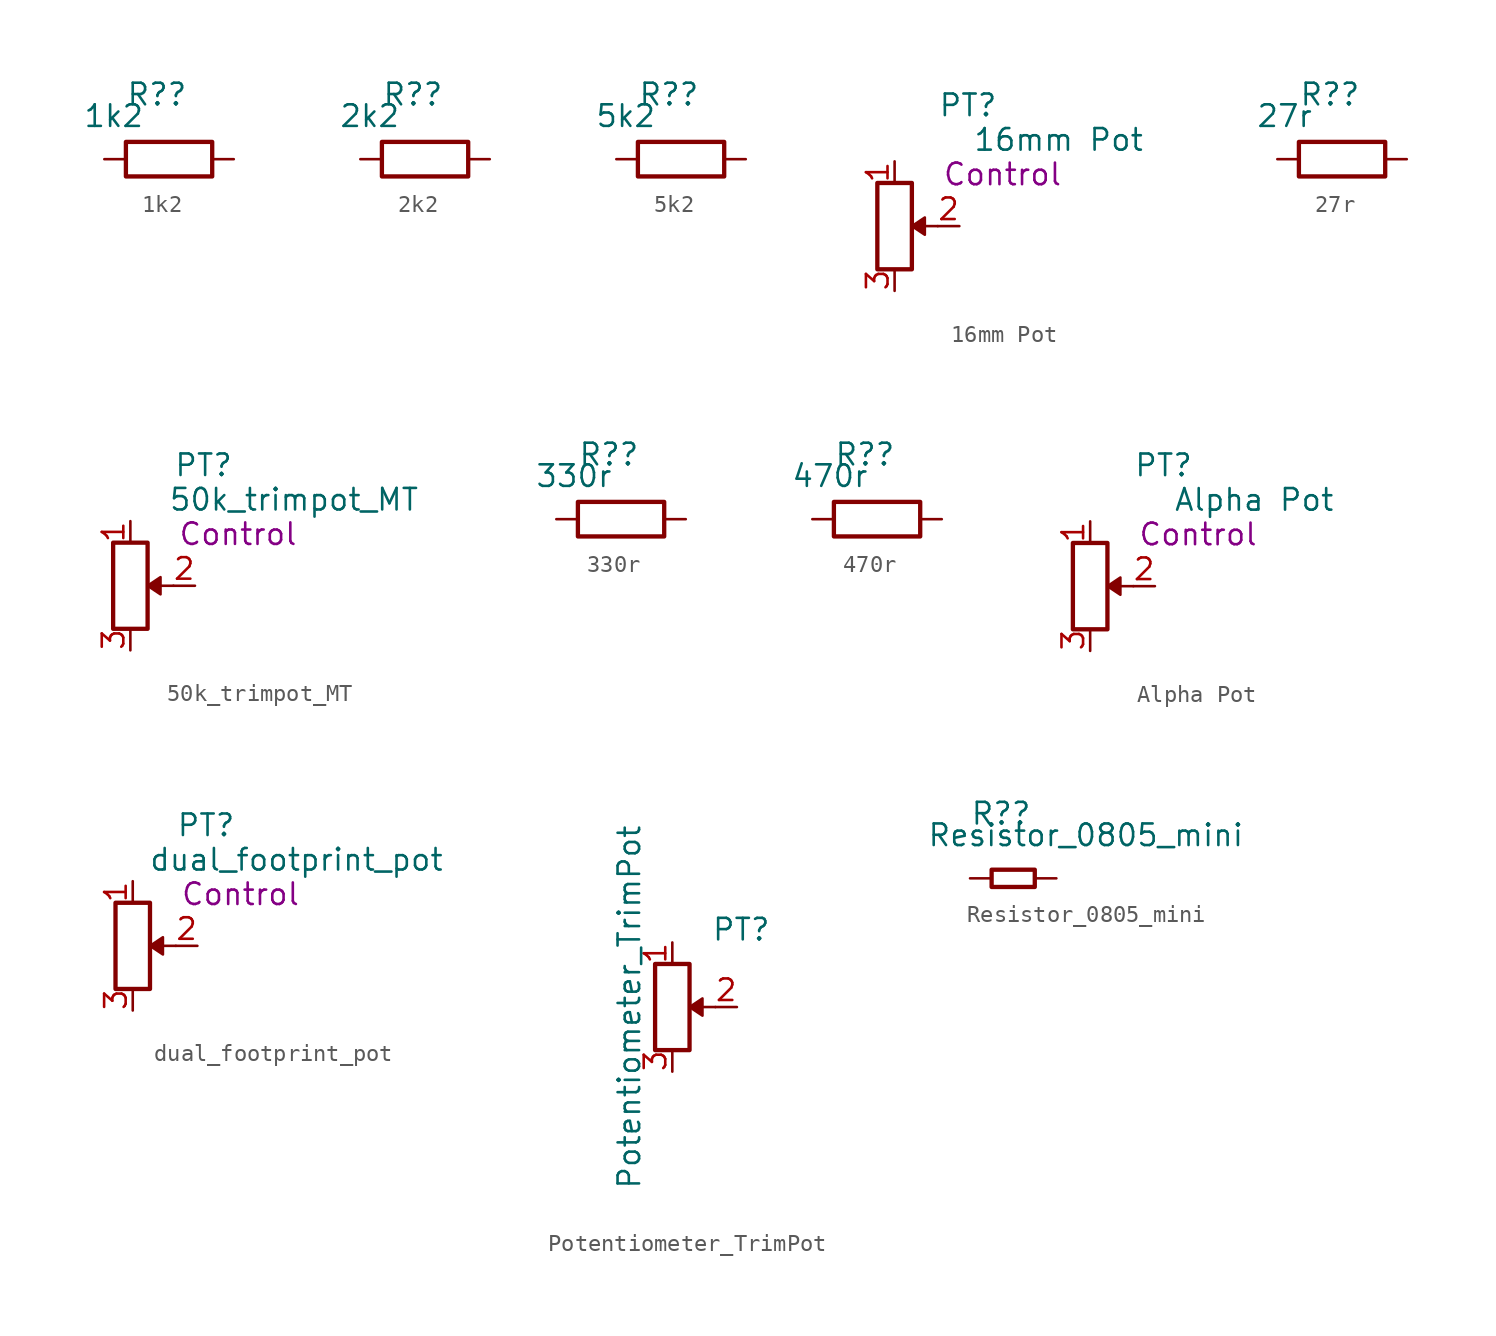
<source format=kicad_sym>
(kicad_symbol_lib
  (version 20220914)
  (generator kicad_symbol_editor)
  (symbol "1k2"
    (pin_numbers hide)
    (pin_names
      (offset 0))
    (property "Reference" "R?"
      (at -2.54 3.81 0)
      (effects (font (size 1.27 1.27)) (justify left)))
    (property "Value" "1k2"
      (at -5.08 2.54 0)
      (effects (font (size 1.27 1.27)) (justify left)))
    (symbol "1k2_0_1"
      (rectangle (start 2.54 -1.016) (end -2.54 1.016) (stroke (width 0.254) (type default)) (fill (type none))))
    (symbol "1k2_1_1"
      (pin passive line (at -3.81 0 0) (length 1.27) (name "~" (effects (font (size 1.27 1.27)))) (number "1" (effects (font (size 1.27 1.27)))))
      (pin passive line (at 3.81 0 180) (length 1.27) (name "~" (effects (font (size 1.27 1.27)))) (number "2" (effects (font (size 1.27 1.27)))))))
  (symbol "2k2"
    (pin_numbers hide)
    (pin_names
      (offset 0))
    (property "Reference" "R?"
      (at -2.54 3.81 0)
      (effects (font (size 1.27 1.27)) (justify left)))
    (property "Value" "2k2"
      (at -5.08 2.54 0)
      (effects (font (size 1.27 1.27)) (justify left)))
    (symbol "2k2_0_1"
      (rectangle (start 2.54 -1.016) (end -2.54 1.016) (stroke (width 0.254) (type default)) (fill (type none))))
    (symbol "2k2_1_1"
      (pin passive line (at -3.81 0 0) (length 1.27) (name "~" (effects (font (size 1.27 1.27)))) (number "1" (effects (font (size 1.27 1.27)))))
      (pin passive line (at 3.81 0 180) (length 1.27) (name "~" (effects (font (size 1.27 1.27)))) (number "2" (effects (font (size 1.27 1.27)))))))
  (symbol "5k2"
    (pin_numbers hide)
    (pin_names
      (offset 0))
    (property "Reference" "R?"
      (at -2.54 3.81 0)
      (effects (font (size 1.27 1.27)) (justify left)))
    (property "Value" "5k2"
      (at -5.08 2.54 0)
      (effects (font (size 1.27 1.27)) (justify left)))
    (symbol "5k2_0_1"
      (rectangle (start 2.54 -1.016) (end -2.54 1.016) (stroke (width 0.254) (type default)) (fill (type none))))
    (symbol "5k2_1_1"
      (pin passive line (at -3.81 0 0) (length 1.27) (name "~" (effects (font (size 1.27 1.27)))) (number "1" (effects (font (size 1.27 1.27)))))
      (pin passive line (at 3.81 0 180) (length 1.27) (name "~" (effects (font (size 1.27 1.27)))) (number "2" (effects (font (size 1.27 1.27)))))))
  (symbol "16mm Pot"
    (pin_names
      (offset 1.016) hide)
    (property "Reference" "PT"
      (at 4.318 7.112 0)
      (effects (font (size 1.27 1.27))))
    (property "Value" "16mm Pot"
      (at 9.652 5.08 0)
      (effects (font (size 1.27 1.27))))
    (property "NAME" "Control"
      (at 6.35 3.048 0)
      (effects (font (size 1.27 1.27))))
    (symbol "16mm Pot_0_1"
      (polyline (pts (xy 2.54 0) (xy 1.524 0)) (stroke (width 0) (type default)) (fill (type none)))
      (polyline (pts (xy 1.016 0) (xy 1.778 0.508) (xy 1.778 -0.508) (xy 1.016 0)) (stroke (width 0) (type default)) (fill (type outline)))
      (rectangle (start 1.016 2.54) (end -1.016 -2.54) (stroke (width 0.254) (type default)) (fill (type none))))
    (symbol "16mm Pot_1_1"
      (pin passive line (at 0 3.81 270) (length 1.27) (name "1" (effects (font (size 1.27 1.27)))) (number "1" (effects (font (size 1.27 1.27)))))
      (pin passive line (at 3.81 0 180) (length 1.27) (name "2" (effects (font (size 1.27 1.27)))) (number "2" (effects (font (size 1.27 1.27)))))
      (pin passive line (at 0 -3.81 90) (length 1.27) (name "3" (effects (font (size 1.27 1.27)))) (number "3" (effects (font (size 1.27 1.27)))))))
  (symbol "27r"
    (pin_numbers hide)
    (pin_names
      (offset 0))
    (property "Reference" "R?"
      (at -2.54 3.81 0)
      (effects (font (size 1.27 1.27)) (justify left)))
    (property "Value" "27r"
      (at -5.08 2.54 0)
      (effects (font (size 1.27 1.27)) (justify left)))
    (symbol "27r_0_1"
      (rectangle (start 2.54 -1.016) (end -2.54 1.016) (stroke (width 0.254) (type default)) (fill (type none))))
    (symbol "27r_1_1"
      (pin passive line (at -3.81 0 0) (length 1.27) (name "~" (effects (font (size 1.27 1.27)))) (number "1" (effects (font (size 1.27 1.27)))))
      (pin passive line (at 3.81 0 180) (length 1.27) (name "~" (effects (font (size 1.27 1.27)))) (number "2" (effects (font (size 1.27 1.27)))))))
  (symbol "50k_trimpot_MT"
    (pin_names
      (offset 1.016) hide)
    (property "Reference" "PT"
      (at 4.318 7.112 0)
      (effects (font (size 1.27 1.27))))
    (property "Value" "50k_trimpot_MT"
      (at 9.652 5.08 0)
      (effects (font (size 1.27 1.27))))
    (property "NAME" "Control"
      (at 6.35 3.048 0)
      (effects (font (size 1.27 1.27))))
    (symbol "50k_trimpot_MT_0_1"
      (polyline (pts (xy 2.54 0) (xy 1.524 0)) (stroke (width 0) (type default)) (fill (type none)))
      (polyline (pts (xy 1.016 0) (xy 1.778 0.508) (xy 1.778 -0.508) (xy 1.016 0)) (stroke (width 0) (type default)) (fill (type outline)))
      (rectangle (start 1.016 2.54) (end -1.016 -2.54) (stroke (width 0.254) (type default)) (fill (type none))))
    (symbol "50k_trimpot_MT_1_1"
      (pin passive line (at 0 3.81 270) (length 1.27) (name "1" (effects (font (size 1.27 1.27)))) (number "1" (effects (font (size 1.27 1.27)))))
      (pin passive line (at 3.81 0 180) (length 1.27) (name "2" (effects (font (size 1.27 1.27)))) (number "2" (effects (font (size 1.27 1.27)))))
      (pin passive line (at 0 -3.81 90) (length 1.27) (name "3" (effects (font (size 1.27 1.27)))) (number "3" (effects (font (size 1.27 1.27)))))))
  (symbol "330r"
    (pin_numbers hide)
    (pin_names
      (offset 0))
    (property "Reference" "R?"
      (at -2.54 3.81 0)
      (effects (font (size 1.27 1.27)) (justify left)))
    (property "Value" "330r"
      (at -5.08 2.54 0)
      (effects (font (size 1.27 1.27)) (justify left)))
    (symbol "330r_0_1"
      (rectangle (start 2.54 -1.016) (end -2.54 1.016) (stroke (width 0.254) (type default)) (fill (type none))))
    (symbol "330r_1_1"
      (pin passive line (at -3.81 0 0) (length 1.27) (name "~" (effects (font (size 1.27 1.27)))) (number "1" (effects (font (size 1.27 1.27)))))
      (pin passive line (at 3.81 0 180) (length 1.27) (name "~" (effects (font (size 1.27 1.27)))) (number "2" (effects (font (size 1.27 1.27)))))))
  (symbol "470r"
    (pin_numbers hide)
    (pin_names
      (offset 0))
    (property "Reference" "R?"
      (at -2.54 3.81 0)
      (effects (font (size 1.27 1.27)) (justify left)))
    (property "Value" "470r"
      (at -5.08 2.54 0)
      (effects (font (size 1.27 1.27)) (justify left)))
    (symbol "470r_0_1"
      (rectangle (start 2.54 -1.016) (end -2.54 1.016) (stroke (width 0.254) (type default)) (fill (type none))))
    (symbol "470r_1_1"
      (pin passive line (at -3.81 0 0) (length 1.27) (name "~" (effects (font (size 1.27 1.27)))) (number "1" (effects (font (size 1.27 1.27)))))
      (pin passive line (at 3.81 0 180) (length 1.27) (name "~" (effects (font (size 1.27 1.27)))) (number "2" (effects (font (size 1.27 1.27)))))))
  (symbol "Alpha Pot"
    (pin_names
      (offset 1.016) hide)
    (property "Reference" "PT"
      (at 4.318 7.112 0)
      (effects (font (size 1.27 1.27))))
    (property "Value" "Alpha Pot"
      (at 9.652 5.08 0)
      (effects (font (size 1.27 1.27))))
    (property "NAME" "Control"
      (at 6.35 3.048 0)
      (effects (font (size 1.27 1.27))))
    (symbol "Alpha Pot_0_1"
      (polyline (pts (xy 2.54 0) (xy 1.524 0)) (stroke (width 0) (type default)) (fill (type none)))
      (polyline (pts (xy 1.016 0) (xy 1.778 0.508) (xy 1.778 -0.508) (xy 1.016 0)) (stroke (width 0) (type default)) (fill (type outline)))
      (rectangle (start 1.016 2.54) (end -1.016 -2.54) (stroke (width 0.254) (type default)) (fill (type none))))
    (symbol "Alpha Pot_1_1"
      (pin passive line (at 0 3.81 270) (length 1.27) (name "1" (effects (font (size 1.27 1.27)))) (number "1" (effects (font (size 1.27 1.27)))))
      (pin passive line (at 3.81 0 180) (length 1.27) (name "2" (effects (font (size 1.27 1.27)))) (number "2" (effects (font (size 1.27 1.27)))))
      (pin passive line (at 0 -3.81 90) (length 1.27) (name "3" (effects (font (size 1.27 1.27)))) (number "3" (effects (font (size 1.27 1.27)))))))
  (symbol "dual_footprint_pot"
    (pin_names
      (offset 1.016) hide)
    (property "Reference" "PT"
      (at 4.318 7.112 0)
      (effects (font (size 1.27 1.27))))
    (property "Value" "dual_footprint_pot"
      (at 9.652 5.08 0)
      (effects (font (size 1.27 1.27))))
    (property "NAME" "Control"
      (at 6.35 3.048 0)
      (effects (font (size 1.27 1.27))))
    (symbol "dual_footprint_pot_0_1"
      (polyline (pts (xy 2.54 0) (xy 1.524 0)) (stroke (width 0) (type default)) (fill (type none)))
      (polyline (pts (xy 1.016 0) (xy 1.778 0.508) (xy 1.778 -0.508) (xy 1.016 0)) (stroke (width 0) (type default)) (fill (type outline)))
      (rectangle (start 1.016 2.54) (end -1.016 -2.54) (stroke (width 0.254) (type default)) (fill (type none))))
    (symbol "dual_footprint_pot_1_1"
      (pin passive line (at 0 3.81 270) (length 1.27) (name "1" (effects (font (size 1.27 1.27)))) (number "1" (effects (font (size 1.27 1.27)))))
      (pin passive line (at 3.81 0 180) (length 1.27) (name "2" (effects (font (size 1.27 1.27)))) (number "2" (effects (font (size 1.27 1.27)))))
      (pin passive line (at 0 -3.81 90) (length 1.27) (name "3" (effects (font (size 1.27 1.27)))) (number "3" (effects (font (size 1.27 1.27)))))))
  (symbol "Potentiometer_TrimPot"
    (pin_names
      (offset 1.016) hide)
    (property "Reference" "PT"
      (at 4.064 4.572 0)
      (effects (font (size 1.27 1.27))))
    (property "Value" "Potentiometer_TrimPot"
      (at -2.54 0 90)
      (effects (font (size 1.27 1.27))))
    (symbol "Potentiometer_TrimPot_0_1"
      (polyline (pts (xy 2.54 0) (xy 1.524 0)) (stroke (width 0) (type default)) (fill (type none)))
      (polyline (pts (xy 1.016 0) (xy 1.778 0.508) (xy 1.778 -0.508) (xy 1.016 0)) (stroke (width 0) (type default)) (fill (type outline)))
      (rectangle (start 1.016 2.54) (end -1.016 -2.54) (stroke (width 0.254) (type default)) (fill (type none))))
    (symbol "Potentiometer_TrimPot_1_1"
      (pin passive line (at 0 3.81 270) (length 1.27) (name "1" (effects (font (size 1.27 1.27)))) (number "1" (effects (font (size 1.27 1.27)))))
      (pin passive line (at 3.81 0 180) (length 1.27) (name "2" (effects (font (size 1.27 1.27)))) (number "2" (effects (font (size 1.27 1.27)))))
      (pin passive line (at 0 -3.81 90) (length 1.27) (name "3" (effects (font (size 1.27 1.27)))) (number "3" (effects (font (size 1.27 1.27)))))))
  (symbol "Resistor_0805_mini"
    (pin_numbers hide)
    (pin_names
      (offset 0))
    (property "Reference" "R?"
      (at -2.54 3.81 0)
      (effects (font (size 1.27 1.27)) (justify left)))
    (property "Value" "Resistor_0805_mini"
      (at -5.08 2.54 0)
      (effects (font (size 1.27 1.27)) (justify left)))
    (symbol "Resistor_0805_mini_0_1"
      (rectangle (start -1.27 0.508) (end 1.27 -0.508) (stroke (width 0.254) (type default)) (fill (type none))))
    (symbol "Resistor_0805_mini_1_1"
      (pin passive line (at -2.54 0 0) (length 1.27) (name "~" (effects (font (size 1.27 1.27)))) (number "1" (effects (font (size 1.27 1.27)))))
      (pin passive line (at 2.54 0 180) (length 1.27) (name "~" (effects (font (size 1.27 1.27)))) (number "2" (effects (font (size 1.27 1.27))))))))
</source>
